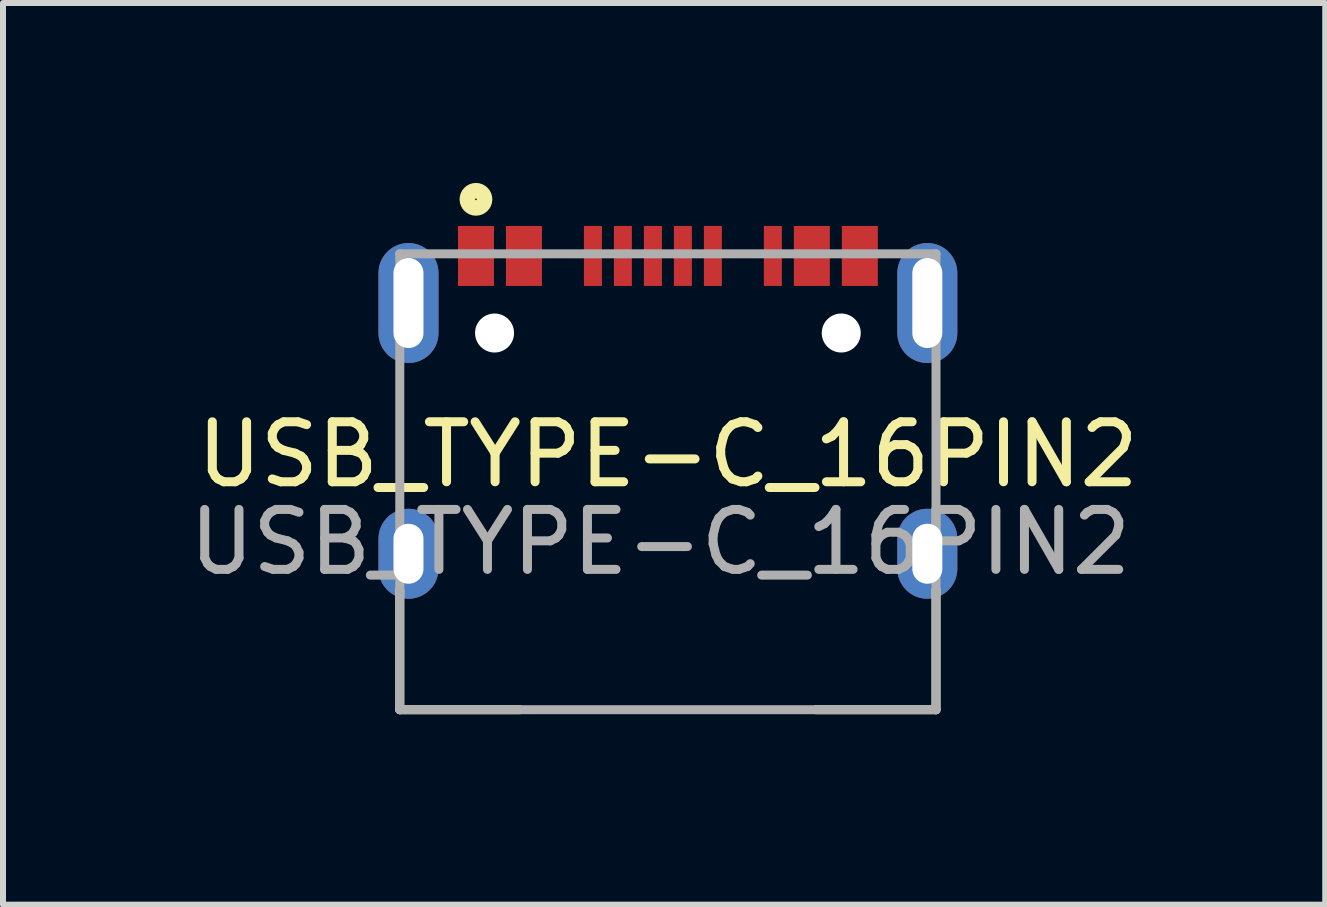
<source format=kicad_pcb>
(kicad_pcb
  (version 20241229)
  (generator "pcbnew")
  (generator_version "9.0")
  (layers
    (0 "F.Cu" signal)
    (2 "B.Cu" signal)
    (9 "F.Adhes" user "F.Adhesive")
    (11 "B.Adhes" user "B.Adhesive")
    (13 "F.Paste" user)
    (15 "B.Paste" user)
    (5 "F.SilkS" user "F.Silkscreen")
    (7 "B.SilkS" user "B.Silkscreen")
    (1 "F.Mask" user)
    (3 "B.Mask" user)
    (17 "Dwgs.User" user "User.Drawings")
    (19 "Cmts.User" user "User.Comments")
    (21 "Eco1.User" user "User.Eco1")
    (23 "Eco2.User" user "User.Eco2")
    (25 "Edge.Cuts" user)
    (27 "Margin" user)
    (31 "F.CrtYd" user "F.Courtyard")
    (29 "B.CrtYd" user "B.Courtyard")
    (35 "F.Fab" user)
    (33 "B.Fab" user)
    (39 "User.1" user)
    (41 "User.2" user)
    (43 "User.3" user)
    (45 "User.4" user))
  (footprint "USB_TYPE-C_16PIN2"
    (layer "F.Cu")
    (at 8.085 8.782)
    (property "Reference" "USB_TYPE-C_16PIN2" (at 0 -4.255 0) (layer "F.SilkS") (effects (font (size 1 1) (thickness 0.15))))
    (attr through_hole)
    (fp_line (start -4.47 0) (end -4.47 -2) (stroke (width 0.15) (type solid)) (layer "F.SilkS"))
    (fp_line (start -4.47 0) (end -2.47 0) (stroke (width 0.15) (type solid)) (layer "F.SilkS"))
    (fp_line (start 4.47 0) (end 2.47 0) (stroke (width 0.15) (type solid)) (layer "F.SilkS"))
    (fp_line (start 4.47 0) (end 4.47 -2) (stroke (width 0.15) (type solid)) (layer "F.SilkS"))
    (fp_circle (center -3.2 -8.509) (end -3.239 -8.509) (stroke (width 0.15) (type solid)) (fill no) (layer "F.SilkS"))
    (fp_circle (center -3.2 -8.509) (end -3.111 -8.509) (stroke (width 0.15) (type solid)) (fill no) (layer "F.SilkS"))
    (fp_circle (center -3.2 -8.509) (end -3.048 -8.382) (stroke (width 0.15) (type solid)) (fill no) (layer "F.SilkS"))
    (fp_line (start -4.47 -7.6) (end 4.47 -7.6) (stroke (width 0.15) (type solid)) (layer "F.Fab"))
    (fp_line (start -4.47 0) (end -4.47 -7.6) (stroke (width 0.15) (type solid)) (layer "F.Fab"))
    (fp_line (start -4.47 0) (end 4.47 0) (stroke (width 0.15) (type solid)) (layer "F.Fab"))
    (fp_line (start 4.47 -7.6) (end 4.47 0) (stroke (width 0.15) (type solid)) (layer "F.Fab"))
    (fp_text user "${REFERENCE}" (at -0.127 -2.794 0) (layer "F.Fab") (effects (font (size 1 1) (thickness 0.15))))
    (pad "" np_thru_hole oval (at -2.89 -6.28) (size 0.65 0.65) (drill 0.65) (layers "*.Cu"))
    (pad "" np_thru_hole oval (at 2.89 -6.28) (size 0.65 0.65) (drill 0.65) (layers "*.Cu"))
    (pad "0" thru_hole oval (at -4.325 -6.78) (size 1 2) (drill oval 0.5 1.5) (layers "*.Cu" "*.Paste" "*.Mask"))
    (pad "0" thru_hole oval (at -4.325 -2.6) (size 1 1.5) (drill oval 0.5 1) (layers "*.Cu" "*.Paste" "*.Mask"))
    (pad "0" thru_hole oval (at 4.325 -6.78) (size 1 2) (drill oval 0.5 1.5) (layers "*.Cu" "*.Paste" "*.Mask"))
    (pad "0" thru_hole oval (at 4.325 -2.6) (size 1 1.5) (drill oval 0.5 1) (layers "*.Cu" "*.Paste" "*.Mask"))
    (pad "1" smd rect (at -3.2 -7.495) (size 0.6 1) (drill (offset 0 -0.07)) (layers "F.Cu" "F.Mask" "F.Paste"))
    (pad "2" smd rect (at -2.4 -7.495) (size 0.6 1) (drill (offset 0 -0.07)) (layers "F.Cu" "F.Mask" "F.Paste"))
    (pad "4" smd rect (at -1.25 -7.495) (size 0.3 1) (drill (offset 0 -0.07)) (layers "F.Cu" "F.Mask" "F.Paste"))
    (pad "5" smd rect (at -0.75 -7.495) (size 0.3 1) (drill (offset 0 -0.07)) (layers "F.Cu" "F.Mask" "F.Paste"))
    (pad "6" smd rect (at -0.25 -7.495) (size 0.3 1) (drill (offset 0 -0.07)) (layers "F.Cu" "F.Mask" "F.Paste"))
    (pad "7" smd rect (at 0.25 -7.495) (size 0.3 1) (drill (offset 0 -0.07)) (layers "F.Cu" "F.Mask" "F.Paste"))
    (pad "8" smd rect (at 0.75 -7.495) (size 0.3 1) (drill (offset 0 -0.07)) (layers "F.Cu" "F.Mask" "F.Paste"))
    (pad "10" smd rect (at 1.75 -7.495) (size 0.3 1) (drill (offset 0 -0.07)) (layers "F.Cu" "F.Mask" "F.Paste"))
    (pad "11" smd rect (at 2.4 -7.495) (size 0.6 1) (drill (offset 0 -0.07)) (layers "F.Cu" "F.Mask" "F.Paste"))
    (pad "12" smd rect (at 3.2 -7.495) (size 0.6 1) (drill (offset 0 -0.07)) (layers "F.Cu" "F.Mask" "F.Paste")))
  (gr_rect
    (start -3 -3)
    (end 19.044 12.032)
    (stroke (width 0.1) (type default))
    (fill no)
    (layer "Edge.Cuts")))
</source>
